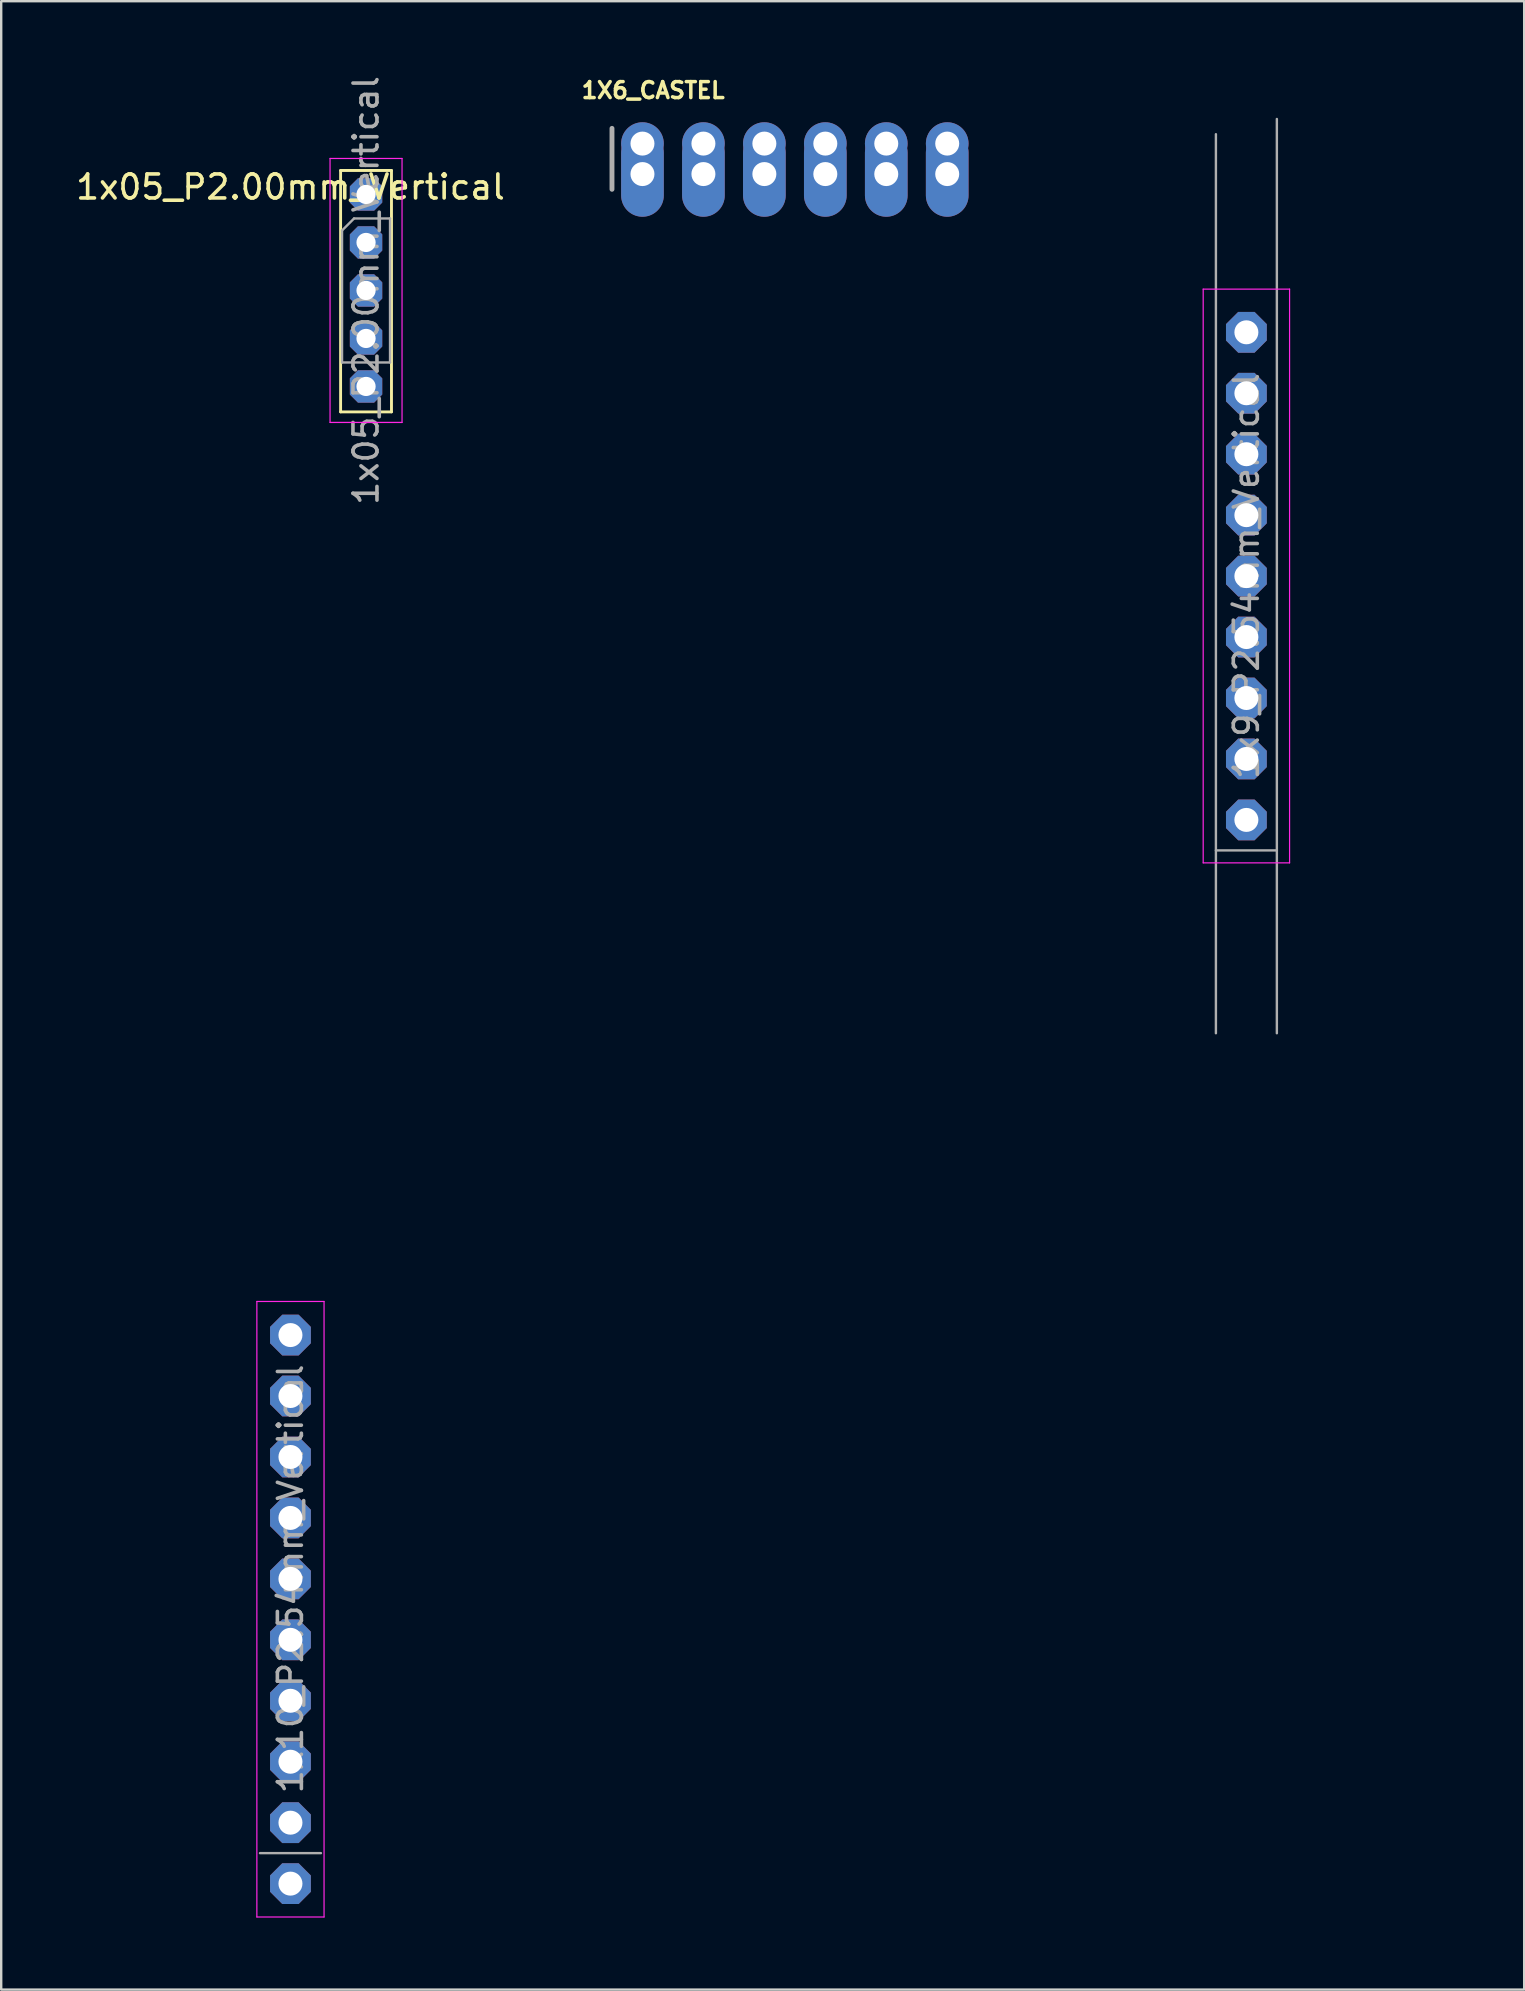
<source format=kicad_pcb>
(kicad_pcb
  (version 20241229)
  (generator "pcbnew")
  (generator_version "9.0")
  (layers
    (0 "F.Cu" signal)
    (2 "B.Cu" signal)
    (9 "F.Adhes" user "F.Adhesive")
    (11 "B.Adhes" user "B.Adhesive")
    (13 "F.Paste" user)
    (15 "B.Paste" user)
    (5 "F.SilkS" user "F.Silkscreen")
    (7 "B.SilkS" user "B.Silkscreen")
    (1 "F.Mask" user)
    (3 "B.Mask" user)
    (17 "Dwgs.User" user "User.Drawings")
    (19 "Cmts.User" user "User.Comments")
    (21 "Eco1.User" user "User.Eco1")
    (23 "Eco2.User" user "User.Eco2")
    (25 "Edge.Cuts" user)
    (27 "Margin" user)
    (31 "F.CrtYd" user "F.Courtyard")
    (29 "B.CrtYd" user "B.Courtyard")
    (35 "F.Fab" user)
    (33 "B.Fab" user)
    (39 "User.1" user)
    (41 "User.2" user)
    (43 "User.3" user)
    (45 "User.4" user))
  (footprint "1x05_P2.00mm_Vertical"
    (layer "F.Cu")
    (at 12.204 9.054)
    (property "Reference" "1x05_P2.00mm_Vertical" (at -3.15 -4.31 0) (layer "F.SilkS") (effects (font (size 1 1) (thickness 0.15))))
    (attr through_hole)
    (fp_line (start -1.06 -5) (end -1.06 5.06) (stroke (width 0.12) (type solid)) (layer "F.SilkS"))
    (fp_line (start -1.06 -5) (end 1.06 -5) (stroke (width 0.12) (type solid)) (layer "F.SilkS"))
    (fp_line (start -1.06 5.06) (end 1.06 5.06) (stroke (width 0.12) (type solid)) (layer "F.SilkS"))
    (fp_line (start 1.06 -5) (end 1.06 5.06) (stroke (width 0.12) (type solid)) (layer "F.SilkS"))
    (fp_line (start -1.5 -5.5) (end -1.5 5.5) (stroke (width 0.05) (type solid)) (layer "F.CrtYd"))
    (fp_line (start -1.5 5.5) (end 1.5 5.5) (stroke (width 0.05) (type solid)) (layer "F.CrtYd"))
    (fp_line (start 1.5 -5.5) (end -1.5 -5.5) (stroke (width 0.05) (type solid)) (layer "F.CrtYd"))
    (fp_line (start 1.5 5.5) (end 1.5 -5.5) (stroke (width 0.05) (type solid)) (layer "F.CrtYd"))
    (fp_line (start -1 -2.5) (end -0.5 -3) (stroke (width 0.1) (type solid)) (layer "F.Fab"))
    (fp_line (start -1 3) (end -1 -2.5) (stroke (width 0.1) (type solid)) (layer "F.Fab"))
    (fp_line (start -0.5 -3) (end 1 -3) (stroke (width 0.1) (type solid)) (layer "F.Fab"))
    (fp_line (start 1 -3) (end 1 3) (stroke (width 0.1) (type solid)) (layer "F.Fab"))
    (fp_line (start 1 3) (end -1 3) (stroke (width 0.1) (type solid)) (layer "F.Fab"))
    (fp_text user "${REFERENCE}" (at 0 0 90) (layer "F.Fab") (effects (font (size 1 1) (thickness 0.15))))
    (pad "1" thru_hole roundrect (at 0 -4) (size 1.35 1.35) (drill 0.8) (layers "*.Cu" "*.Mask") (roundrect_rratio 0) (chamfer_ratio 0.25) (chamfer top_left top_right bottom_left bottom_right))
    (pad "2" thru_hole roundrect (at 0 -2) (size 1.35 1.35) (drill 0.8) (layers "*.Cu" "*.Mask") (roundrect_rratio 0) (chamfer_ratio 0.25) (chamfer top_left top_right bottom_left bottom_right))
    (pad "3" thru_hole roundrect (at 0 0) (size 1.35 1.35) (drill 0.8) (layers "*.Cu" "*.Mask") (roundrect_rratio 0) (chamfer_ratio 0.25) (chamfer top_left top_right bottom_left bottom_right))
    (pad "4" thru_hole roundrect (at 0 2) (size 1.35 1.35) (drill 0.8) (layers "*.Cu" "*.Mask") (roundrect_rratio 0) (chamfer_ratio 0.25) (chamfer top_left top_right bottom_left bottom_right))
    (pad "5" thru_hole roundrect (at 0 4) (size 1.35 1.35) (drill 0.8) (layers "*.Cu" "*.Mask") (roundrect_rratio 0) (chamfer_ratio 0.25) (chamfer top_left top_right bottom_left bottom_right)))
  (footprint "1x9_P2.54mm_Vertical"
    (layer "F.Cu")
    (at 48.89 20.958)
    (property "Reference" "1x9_P2.54mm_Vertical" (at 0 -20.11 0) (layer "User.2") (effects (font (size 1 1) (thickness 0.15))))
    (attr through_hole)
    (fp_line (start -1.8 -11.96) (end -1.8 11.95) (stroke (width 0.05) (type solid)) (layer "F.CrtYd"))
    (fp_line (start -1.8 11.95) (end 1.8 11.95) (stroke (width 0.05) (type solid)) (layer "F.CrtYd"))
    (fp_line (start 1.8 -11.96) (end -1.8 -11.96) (stroke (width 0.05) (type solid)) (layer "F.CrtYd"))
    (fp_line (start 1.8 11.95) (end 1.8 -11.96) (stroke (width 0.05) (type solid)) (layer "F.CrtYd"))
    (fp_line (start -1.27 19.05) (end -1.27 -18.415) (stroke (width 0.1) (type solid)) (layer "F.Fab"))
    (fp_line (start 1.27 -19.05) (end 1.27 19.05) (stroke (width 0.1) (type solid)) (layer "F.Fab"))
    (fp_line (start 1.27 11.43) (end -1.27 11.43) (stroke (width 0.1) (type solid)) (layer "F.Fab"))
    (fp_text user "${REFERENCE}" (at 0 0 90) (layer "F.Fab") (effects (font (size 1 1) (thickness 0.15))))
    (pad "1" thru_hole roundrect (at 0 -10.16) (size 1.7 1.7) (drill 1) (layers "*.Cu" "*.Mask") (roundrect_rratio 0) (chamfer_ratio 0.3) (chamfer top_left top_right bottom_left bottom_right))
    (pad "2" thru_hole roundrect (at 0 -7.62) (size 1.7 1.7) (drill 1) (layers "*.Cu" "*.Mask") (roundrect_rratio 0) (chamfer_ratio 0.3) (chamfer top_left top_right bottom_left bottom_right))
    (pad "3" thru_hole roundrect (at 0 -5.08) (size 1.7 1.7) (drill 1) (layers "*.Cu" "*.Mask") (roundrect_rratio 0) (chamfer_ratio 0.3) (chamfer top_left top_right bottom_left bottom_right))
    (pad "4" thru_hole roundrect (at 0 -2.54) (size 1.7 1.7) (drill 1) (layers "*.Cu" "*.Mask") (roundrect_rratio 0) (chamfer_ratio 0.3) (chamfer top_left top_right bottom_left bottom_right))
    (pad "5" thru_hole roundrect (at 0 0) (size 1.7 1.7) (drill 1) (layers "*.Cu" "*.Mask") (roundrect_rratio 0) (chamfer_ratio 0.3) (chamfer top_left top_right bottom_left bottom_right))
    (pad "6" thru_hole roundrect (at 0 2.54) (size 1.7 1.7) (drill 1) (layers "*.Cu" "*.Mask") (roundrect_rratio 0) (chamfer_ratio 0.3) (chamfer top_left top_right bottom_left bottom_right))
    (pad "7" thru_hole roundrect (at 0 5.08) (size 1.7 1.7) (drill 1) (layers "*.Cu" "*.Mask") (roundrect_rratio 0) (chamfer_ratio 0.3) (chamfer top_left top_right bottom_left bottom_right))
    (pad "8" thru_hole roundrect (at 0 7.62) (size 1.7 1.7) (drill 1) (layers "*.Cu" "*.Mask") (roundrect_rratio 0) (chamfer_ratio 0.3) (chamfer top_left top_right bottom_left bottom_right))
    (pad "9" thru_hole roundrect (at 0 10.16) (size 1.7 1.7) (drill 1) (layers "*.Cu" "*.Mask") (roundrect_rratio 0) (chamfer_ratio 0.3) (chamfer top_left top_right bottom_left bottom_right)))
  (footprint "1X6_CASTEL"
    (layer "F.Cu")
    (at 30.073 2.934)
    (property "Reference" "1X6_CASTEL" (at -8.966 -1.829 0) (unlocked yes) (layer "F.SilkS") (effects (font (size 0.666 0.666) (thickness 0.146)) (justify left bottom)))
    (fp_line (start -7.62 -0.635) (end -7.62 1.905) (stroke (width 0.203) (type solid)) (layer "F.Fab"))
    (fp_poly (pts (xy -6.604 0.254) (xy -6.096 0.254) (xy -6.096 -0.254) (xy -6.604 -0.254)) (stroke (width 0.1) (type default)) (fill no) (layer "F.Fab"))
    (fp_poly (pts (xy -6.604 1.524) (xy -6.096 1.524) (xy -6.096 1.016) (xy -6.604 1.016)) (stroke (width 0.1) (type default)) (fill no) (layer "F.Fab"))
    (fp_poly (pts (xy -4.064 0.254) (xy -3.556 0.254) (xy -3.556 -0.254) (xy -4.064 -0.254)) (stroke (width 0.1) (type default)) (fill no) (layer "F.Fab"))
    (fp_poly (pts (xy -4.064 1.524) (xy -3.556 1.524) (xy -3.556 1.016) (xy -4.064 1.016)) (stroke (width 0.1) (type default)) (fill no) (layer "F.Fab"))
    (fp_poly (pts (xy -1.524 0.254) (xy -1.016 0.254) (xy -1.016 -0.254) (xy -1.524 -0.254)) (stroke (width 0.1) (type default)) (fill no) (layer "F.Fab"))
    (fp_poly (pts (xy -1.524 1.524) (xy -1.016 1.524) (xy -1.016 1.016) (xy -1.524 1.016)) (stroke (width 0.1) (type default)) (fill no) (layer "F.Fab"))
    (fp_poly (pts (xy 1.016 0.254) (xy 1.524 0.254) (xy 1.524 -0.254) (xy 1.016 -0.254)) (stroke (width 0.1) (type default)) (fill no) (layer "F.Fab"))
    (fp_poly (pts (xy 1.016 1.524) (xy 1.524 1.524) (xy 1.524 1.016) (xy 1.016 1.016)) (stroke (width 0.1) (type default)) (fill no) (layer "F.Fab"))
    (fp_poly (pts (xy 3.556 0.254) (xy 4.064 0.254) (xy 4.064 -0.254) (xy 3.556 -0.254)) (stroke (width 0.1) (type default)) (fill no) (layer "F.Fab"))
    (fp_poly (pts (xy 3.556 1.524) (xy 4.064 1.524) (xy 4.064 1.016) (xy 3.556 1.016)) (stroke (width 0.1) (type default)) (fill no) (layer "F.Fab"))
    (pad "1" thru_hole circle (at -6.35 0 90) (size 1.778 1.778) (drill 1) (layers "*.Cu" "*.Mask"))
    (pad "1" thru_hole oval (at -6.35 1.27 90) (size 3.556 1.778) (drill 1) (layers "*.Cu" "*.Mask"))
    (pad "2" thru_hole circle (at -3.81 0 90) (size 1.778 1.778) (drill 1) (layers "*.Cu" "*.Mask"))
    (pad "2" thru_hole oval (at -3.81 1.27 90) (size 3.556 1.778) (drill 1) (layers "*.Cu" "*.Mask"))
    (pad "3" thru_hole circle (at -1.27 0 90) (size 1.778 1.778) (drill 1) (layers "*.Cu" "*.Mask"))
    (pad "3" thru_hole oval (at -1.27 1.27 90) (size 3.556 1.778) (drill 1) (layers "*.Cu" "*.Mask"))
    (pad "4" thru_hole circle (at 1.27 0 90) (size 1.778 1.778) (drill 1) (layers "*.Cu" "*.Mask"))
    (pad "4" thru_hole oval (at 1.27 1.27 90) (size 3.556 1.778) (drill 1) (layers "*.Cu" "*.Mask"))
    (pad "5" thru_hole circle (at 3.81 0 90) (size 1.778 1.778) (drill 1) (layers "*.Cu" "*.Mask"))
    (pad "5" thru_hole oval (at 3.81 1.27 90) (size 3.556 1.778) (drill 1) (layers "*.Cu" "*.Mask"))
    (pad "6" thru_hole circle (at 6.35 0 90) (size 1.778 1.778) (drill 1) (layers "*.Cu" "*.Mask"))
    (pad "6" thru_hole oval (at 6.35 1.27 90) (size 3.556 1.778) (drill 1) (layers "*.Cu" "*.Mask")))
  (footprint "1x10_P2.54mm_Vertical"
    (layer "F.Cu")
    (at 9.054 64.016)
    (property "Reference" "1x10_P2.54mm_Vertical" (at 0 -20.11 0) (layer "User.2") (effects (font (size 1 1) (thickness 0.15))))
    (attr through_hole)
    (fp_line (start -1.4 -12.83) (end -1.4 12.82) (stroke (width 0.05) (type solid)) (layer "F.CrtYd"))
    (fp_line (start -1.4 12.82) (end 1.4 12.82) (stroke (width 0.05) (type solid)) (layer "F.CrtYd"))
    (fp_line (start 1.4 -12.83) (end -1.4 -12.83) (stroke (width 0.05) (type solid)) (layer "F.CrtYd"))
    (fp_line (start 1.4 12.82) (end 1.4 -12.83) (stroke (width 0.05) (type solid)) (layer "F.CrtYd"))
    (fp_line (start 1.27 10.16) (end -1.27 10.16) (stroke (width 0.1) (type solid)) (layer "F.Fab"))
    (fp_text user "${REFERENCE}" (at 0 -1.27 90) (layer "F.Fab") (effects (font (size 1 1) (thickness 0.15))))
    (pad "1" thru_hole roundrect (at 0 -11.43) (size 1.7 1.7) (drill 1) (layers "*.Cu" "*.Mask") (roundrect_rratio 0) (chamfer_ratio 0.3) (chamfer top_left top_right bottom_left bottom_right))
    (pad "2" thru_hole roundrect (at 0 -8.89) (size 1.7 1.7) (drill 1) (layers "*.Cu" "*.Mask") (roundrect_rratio 0) (chamfer_ratio 0.3) (chamfer top_left top_right bottom_left bottom_right))
    (pad "3" thru_hole roundrect (at 0 -6.35) (size 1.7 1.7) (drill 1) (layers "*.Cu" "*.Mask") (roundrect_rratio 0) (chamfer_ratio 0.3) (chamfer top_left top_right bottom_left bottom_right))
    (pad "4" thru_hole roundrect (at 0 -3.81) (size 1.7 1.7) (drill 1) (layers "*.Cu" "*.Mask") (roundrect_rratio 0) (chamfer_ratio 0.3) (chamfer top_left top_right bottom_left bottom_right))
    (pad "5" thru_hole roundrect (at 0 -1.27) (size 1.7 1.7) (drill 1) (layers "*.Cu" "*.Mask") (roundrect_rratio 0) (chamfer_ratio 0.3) (chamfer top_left top_right bottom_left bottom_right))
    (pad "6" thru_hole roundrect (at 0 1.27) (size 1.7 1.7) (drill 1) (layers "*.Cu" "*.Mask") (roundrect_rratio 0) (chamfer_ratio 0.3) (chamfer top_left top_right bottom_left bottom_right))
    (pad "7" thru_hole roundrect (at 0 3.81) (size 1.7 1.7) (drill 1) (layers "*.Cu" "*.Mask") (roundrect_rratio 0) (chamfer_ratio 0.3) (chamfer top_left top_right bottom_left bottom_right))
    (pad "8" thru_hole roundrect (at 0 6.35) (size 1.7 1.7) (drill 1) (layers "*.Cu" "*.Mask") (roundrect_rratio 0) (chamfer_ratio 0.3) (chamfer top_left top_right bottom_left bottom_right))
    (pad "9" thru_hole roundrect (at 0 8.89) (size 1.7 1.7) (drill 1) (layers "*.Cu" "*.Mask") (roundrect_rratio 0) (chamfer_ratio 0.3) (chamfer top_left top_right bottom_left bottom_right))
    (pad "10" thru_hole roundrect (at 0 11.43) (size 1.7 1.7) (drill 1) (layers "*.Cu" "*.Mask") (roundrect_rratio 0) (chamfer_ratio 0.3) (chamfer top_left top_right bottom_left bottom_right)))
  (gr_rect
    (start -3 -3)
    (end 60.467 79.862)
    (stroke (width 0.1) (type default))
    (fill no)
    (layer "Edge.Cuts")))
</source>
